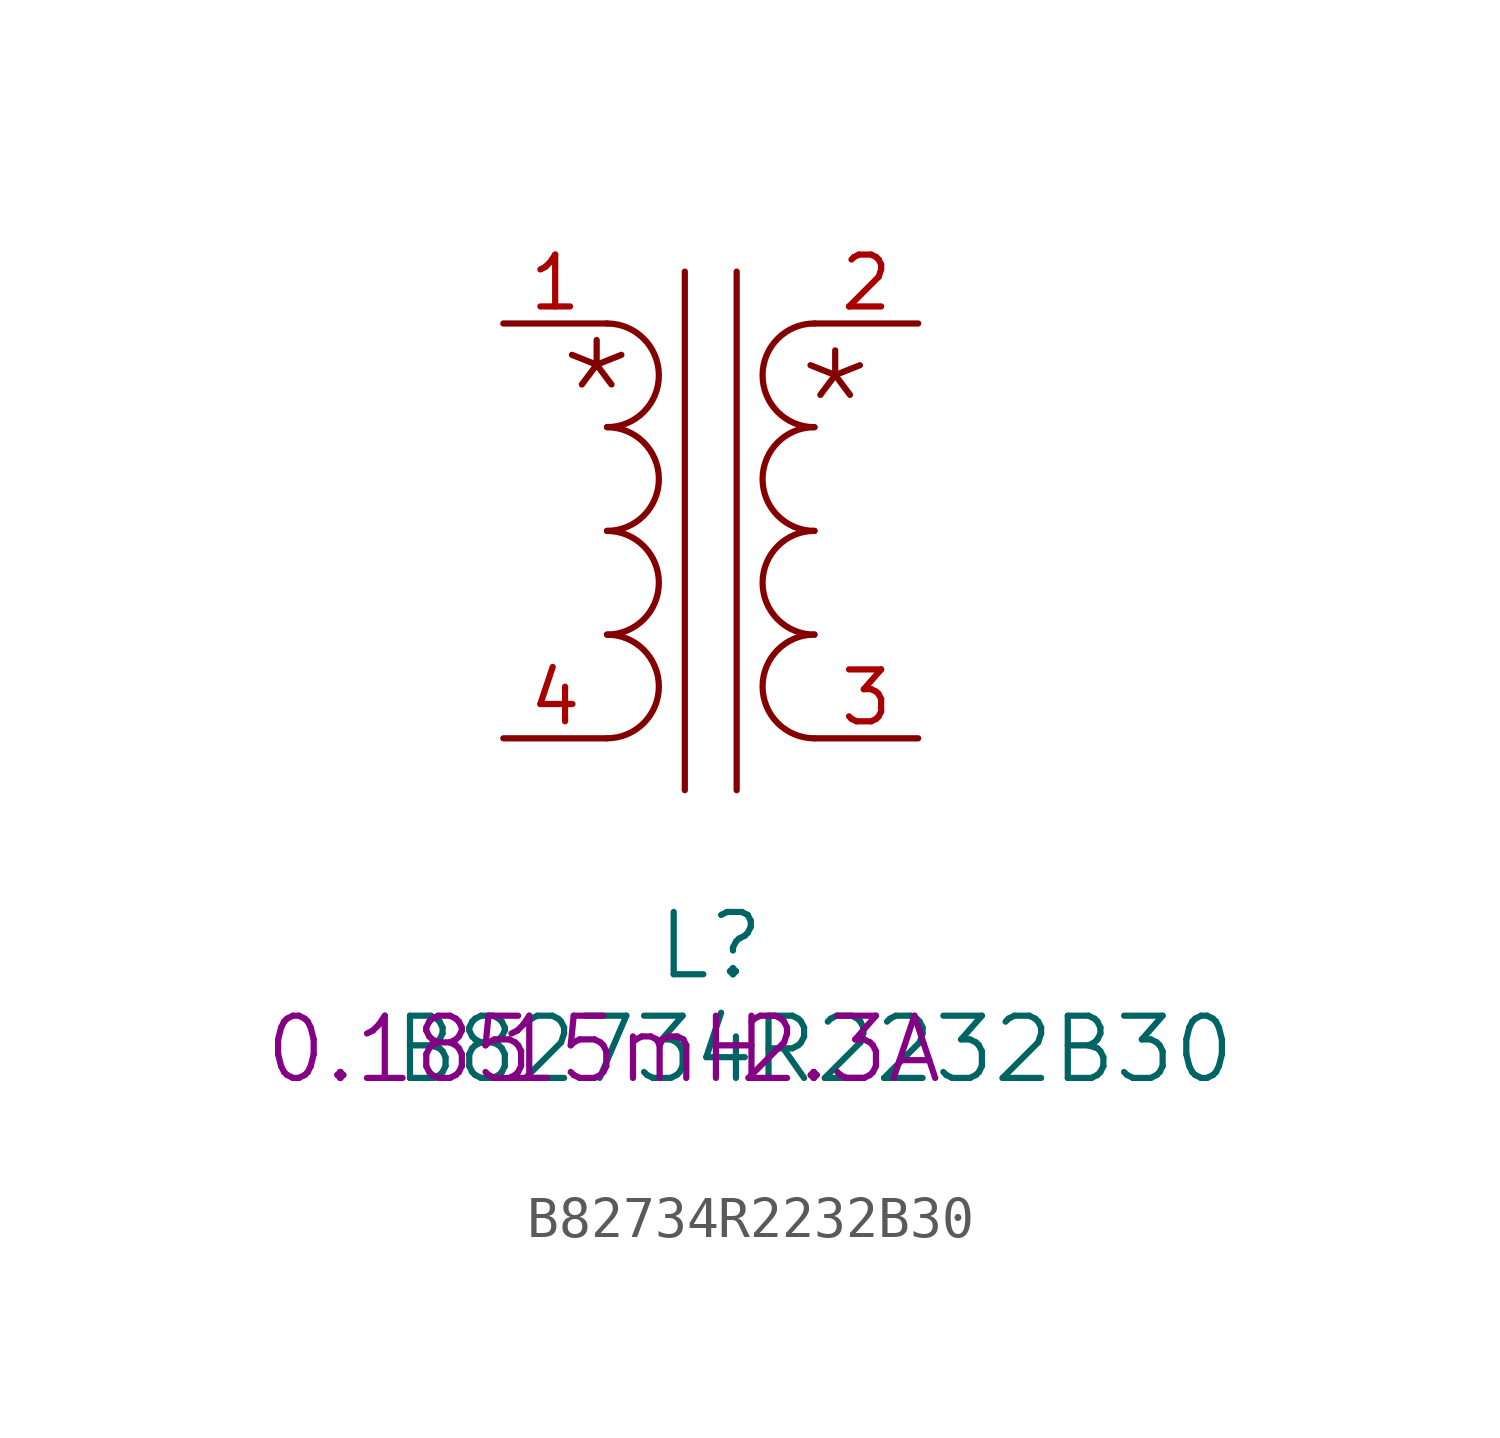
<source format=kicad_sym>
(kicad_symbol_lib
  (version 20220914)
  (generator kicad_symbol_editor)
  (symbol "B82734R2232B30"
    (pin_names
      (offset 1.016) hide)
    (property "Reference" "L"
      (at 2.54 -2.54 0)
      (effects (font (size 1.524 1.524))))
    (property "Value" "B82734R2232B30"
      (at 5.08 -5.08 0)
      (effects (font (size 1.524 1.524))))
    (property "Value2" "15mH"
      (at 0.635 -5.08 0)
      (effects (font (size 1.524 1.524))))
    (property "Rating" "2.3A"
      (at 5.715 -5.08 0)
      (effects (font (size 1.524 1.524))))
    (property "DCR" "0.185"
      (at -5.08 -5.08 0)
      (effects (font (size 1.524 1.524))))
    (symbol "B82734R2232B30_1_1"
      (polyline (pts (xy 1.905 13.97) (xy 1.905 1.27)) (stroke (width 0) (type solid)) (fill (type none)))
      (polyline (pts (xy 3.175 13.97) (xy 3.175 1.27)) (stroke (width 0) (type solid)) (fill (type none)))
      (arc (start 0 2.54) (mid 1.2645 3.81) (end 0 5.08) (stroke (width 0) (type solid)) (fill (type none)))
      (arc (start 0 5.08) (mid 1.2645 6.35) (end 0 7.62) (stroke (width 0) (type solid)) (fill (type none)))
      (arc (start 0 7.62) (mid 1.2645 8.89) (end 0 10.16) (stroke (width 0) (type solid)) (fill (type none)))
      (arc (start 0 10.16) (mid 1.2645 11.43) (end 0 12.7) (stroke (width 0) (type solid)) (fill (type none)))
      (arc (start 5.08 5.08) (mid 3.8155 3.81) (end 5.08 2.54) (stroke (width 0) (type solid)) (fill (type none)))
      (arc (start 5.08 7.62) (mid 3.8155 6.35) (end 5.08 5.08) (stroke (width 0) (type solid)) (fill (type none)))
      (arc (start 5.08 10.16) (mid 3.8155 8.89) (end 5.08 7.62) (stroke (width 0) (type solid)) (fill (type none)))
      (arc (start 5.08 12.7) (mid 3.8155 11.43) (end 5.08 10.16) (stroke (width 0) (type solid)) (fill (type none)))
      (text "*" (at -0.254 10.922 0) (effects (font (size 2.54 2.54))))
      (text "*" (at 5.588 10.668 0) (effects (font (size 2.54 2.54))))
      (pin passive line (at -2.54 12.7 0) (length 2.54) (name "1" (effects (font (size 1.27 1.27)))) (number "1" (effects (font (size 1.27 1.27)))))
      (pin passive line (at 7.62 12.7 180) (length 2.54) (name "2" (effects (font (size 1.27 1.27)))) (number "2" (effects (font (size 1.27 1.27)))))
      (pin passive line (at 7.62 2.54 180) (length 2.54) (name "3" (effects (font (size 1.27 1.27)))) (number "3" (effects (font (size 1.27 1.27)))))
      (pin passive line (at -2.54 2.54 0) (length 2.54) (name "4" (effects (font (size 1.27 1.27)))) (number "4" (effects (font (size 1.27 1.27))))))))
</source>
